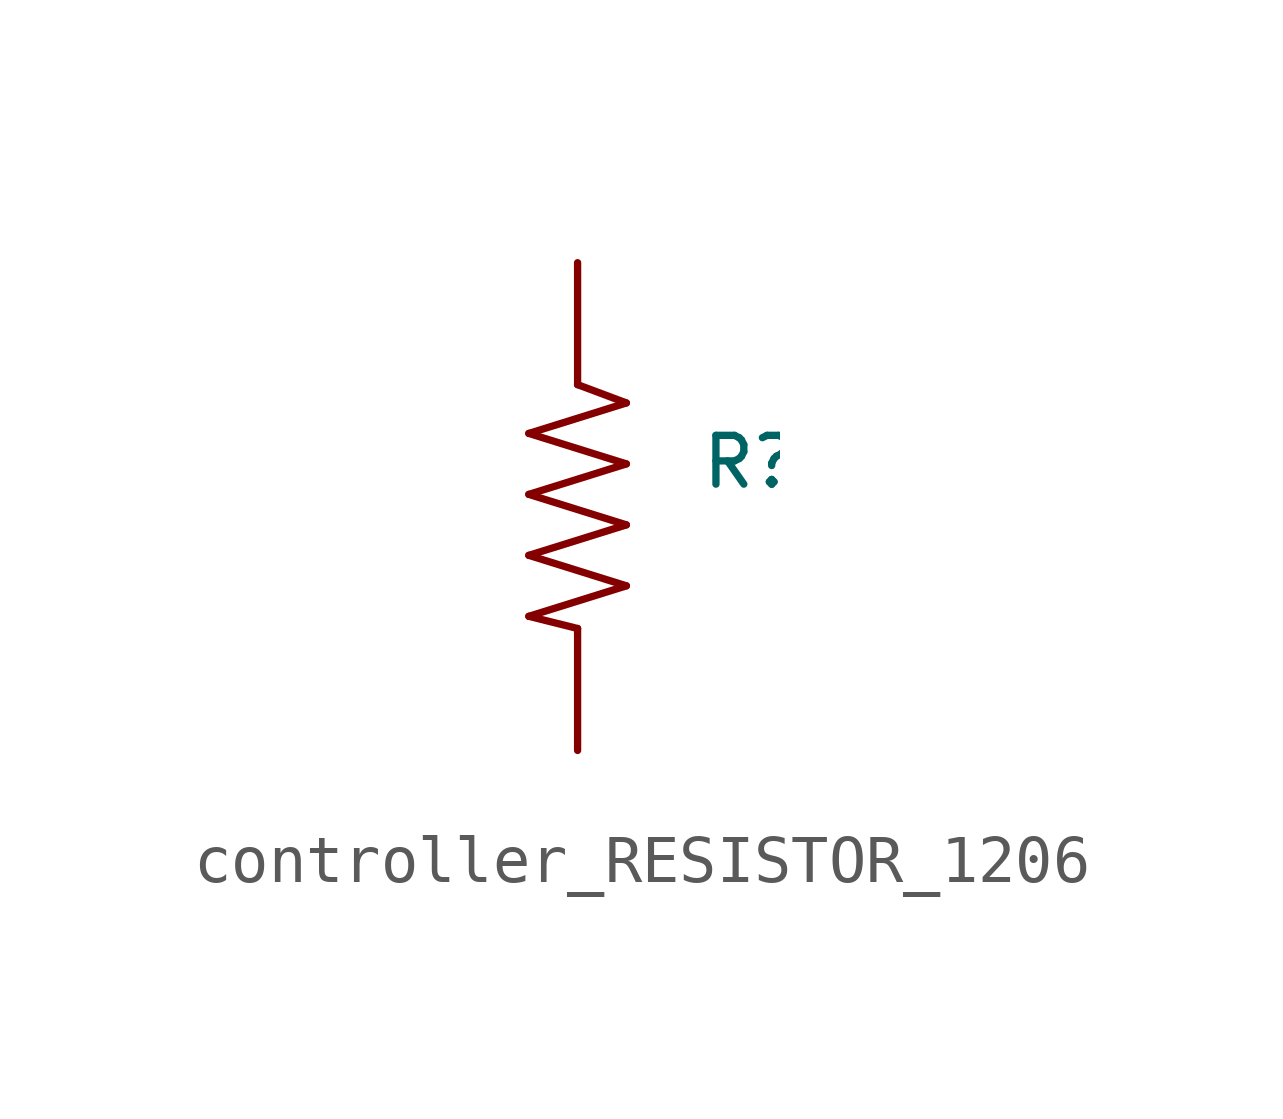
<source format=kicad_sym>
(kicad_symbol_lib
  (version 20241209)
  (generator "kicad_symbol_editor")
  (generator_version "9.0")
  (symbol "controller_RESISTOR_1206"
    (property "Reference" "R"
      (at 2.54 1.524 0)
      (effects (font (size 1.016 1.016)) (justify left top)))
    (property "Value" ""
      (at 2.54 -1.524 0)
      (effects (font (size 1.016 1.016)) (justify left bottom)))
    (property "ki_locked" ""
      (at 0 0 0)
      (effects (font (size 1.27 1.27))))
    (symbol "controller_RESISTOR_1206_1_0"
      (polyline (pts (xy -1.016 1.524) (xy 1.016 0.889)) (stroke (width 0.152) (type solid)) (fill (type none)))
      (polyline (pts (xy -1.016 0.254) (xy 1.016 -0.381)) (stroke (width 0.152) (type solid)) (fill (type none)))
      (polyline (pts (xy -1.016 -1.016) (xy 1.016 -1.651)) (stroke (width 0.152) (type solid)) (fill (type none)))
      (polyline (pts (xy -1.016 -2.286) (xy 0 -2.54)) (stroke (width 0.152) (type solid)) (fill (type none)))
      (polyline (pts (xy 0 2.54) (xy 1.016 2.159)) (stroke (width 0.152) (type solid)) (fill (type none)))
      (polyline (pts (xy 1.016 2.159) (xy -1.016 1.524)) (stroke (width 0.152) (type solid)) (fill (type none)))
      (polyline (pts (xy 1.016 0.889) (xy -1.016 0.254)) (stroke (width 0.152) (type solid)) (fill (type none)))
      (polyline (pts (xy 1.016 -0.381) (xy -1.016 -1.016)) (stroke (width 0.152) (type solid)) (fill (type none)))
      (polyline (pts (xy 1.016 -1.651) (xy -1.016 -2.286)) (stroke (width 0.152) (type solid)) (fill (type none)))
      (pin passive line (at 0 5.08 270) (length 2.54) (name "P$1" (effects (font (size 0 0)))) (number "P$1" (effects (font (size 0 0)))))
      (pin passive line (at 0 -5.08 90) (length 2.54) (name "P$2" (effects (font (size 0 0)))) (number "P$2" (effects (font (size 0 0))))))))
</source>
